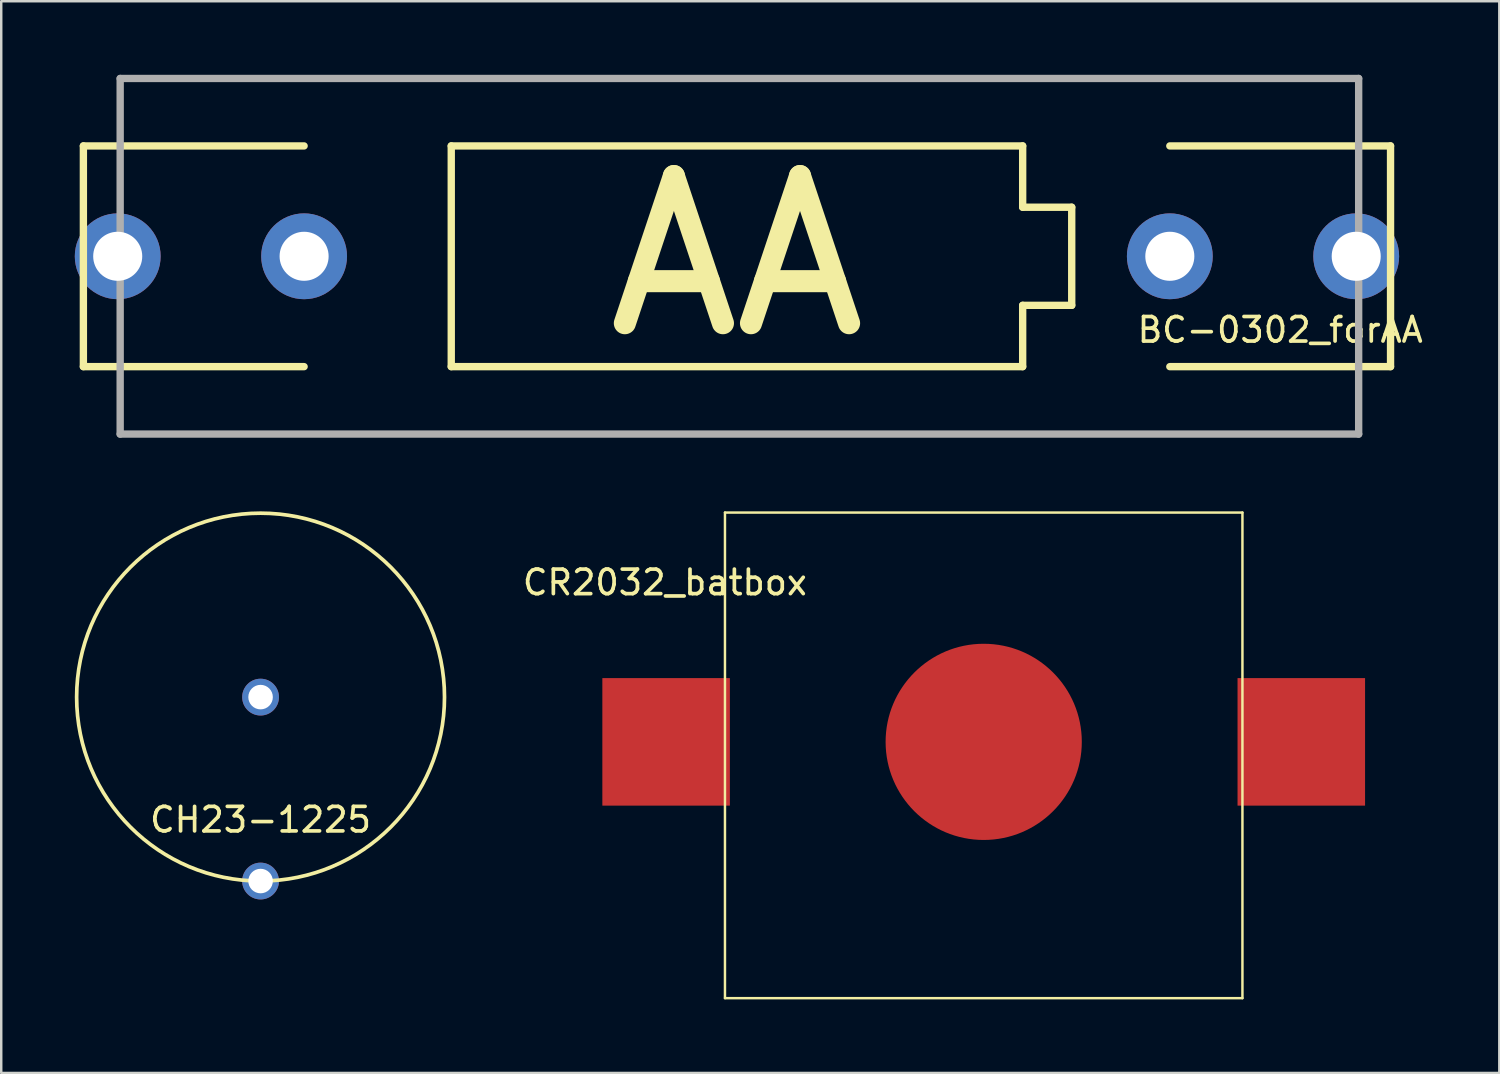
<source format=kicad_pcb>
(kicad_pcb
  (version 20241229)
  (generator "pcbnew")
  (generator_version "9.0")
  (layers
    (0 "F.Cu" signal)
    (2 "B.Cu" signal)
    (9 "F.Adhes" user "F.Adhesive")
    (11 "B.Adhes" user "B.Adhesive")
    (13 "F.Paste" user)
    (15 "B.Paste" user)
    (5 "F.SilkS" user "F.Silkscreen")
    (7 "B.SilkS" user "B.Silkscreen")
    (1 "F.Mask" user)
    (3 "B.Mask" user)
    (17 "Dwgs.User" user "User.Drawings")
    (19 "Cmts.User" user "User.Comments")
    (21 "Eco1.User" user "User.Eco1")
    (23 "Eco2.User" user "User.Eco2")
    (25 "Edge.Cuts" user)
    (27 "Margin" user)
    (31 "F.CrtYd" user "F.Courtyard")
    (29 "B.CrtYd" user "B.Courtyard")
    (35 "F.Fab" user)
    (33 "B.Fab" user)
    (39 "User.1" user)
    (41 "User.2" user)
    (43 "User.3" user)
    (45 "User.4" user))
  (footprint "CH23-1225"
    (layer "F.Cu")
    (at 7.575 25.375)
    (property "Reference" "CH23-1225" (at 0 5 0) (layer "F.SilkS") (effects (font (size 1 1) (thickness 0.15))))
    (attr through_hole)
    (fp_circle (center 0 0) (end 7.5 0) (stroke (width 0.15) (type solid)) (fill no) (layer "F.SilkS"))
    (pad "1" thru_hole circle (at 0 7.5) (size 1.5 1.5) (drill 1) (layers "*.Cu" "*.Mask"))
    (pad "2" thru_hole circle (at 0 0) (size 1.5 1.5) (drill 1) (layers "*.Cu" "*.Mask")))
  (footprint "BC-0302_forAA"
    (layer "F.Cu")
    (at 44.65 7.4)
    (property "Reference" "BC-0302_forAA" (at 4.5 3 0) (layer "F.SilkS") (effects (font (size 1 1) (thickness 0.15))))
    (attr through_hole)
    (fp_line (start -44.3 -4.5) (end -44.3 4.5) (stroke (width 0.3) (type solid)) (layer "F.SilkS"))
    (fp_line (start -44.3 -4.5) (end -35.3 -4.5) (stroke (width 0.3) (type solid)) (layer "F.SilkS"))
    (fp_line (start -44.3 4.5) (end -35.3 4.5) (stroke (width 0.3) (type solid)) (layer "F.SilkS"))
    (fp_line (start -29.3 -4.5) (end -29.3 4.5) (stroke (width 0.3) (type solid)) (layer "F.SilkS"))
    (fp_line (start -29.3 4.5) (end -6 4.5) (stroke (width 0.3) (type solid)) (layer "F.SilkS"))
    (fp_line (start -6 -4.5) (end -29.3 -4.5) (stroke (width 0.3) (type solid)) (layer "F.SilkS"))
    (fp_line (start -6 -2) (end -6 -4.5) (stroke (width 0.3) (type solid)) (layer "F.SilkS"))
    (fp_line (start -6 2) (end -6 4.5) (stroke (width 0.3) (type solid)) (layer "F.SilkS"))
    (fp_line (start -4 -2) (end -6 -2) (stroke (width 0.3) (type solid)) (layer "F.SilkS"))
    (fp_line (start -4 -2) (end -4 2) (stroke (width 0.3) (type solid)) (layer "F.SilkS"))
    (fp_line (start -4 2) (end -6 2) (stroke (width 0.3) (type solid)) (layer "F.SilkS"))
    (fp_line (start 0 -4.5) (end 9 -4.5) (stroke (width 0.3) (type solid)) (layer "F.SilkS"))
    (fp_line (start 0 4.5) (end 9 4.5) (stroke (width 0.3) (type solid)) (layer "F.SilkS"))
    (fp_line (start 9 4.5) (end 9 -4.5) (stroke (width 0.3) (type solid)) (layer "F.SilkS"))
    (fp_line (start -42.8 -7.25) (end -42.8 7.25) (stroke (width 0.3) (type solid)) (layer "F.Fab"))
    (fp_line (start -42.8 7.25) (end 7.7 7.25) (stroke (width 0.3) (type solid)) (layer "F.Fab"))
    (fp_line (start 7.7 -7.25) (end -42.8 -7.25) (stroke (width 0.3) (type solid)) (layer "F.Fab"))
    (fp_line (start 7.7 7.25) (end 7.7 -7.25) (stroke (width 0.3) (type solid)) (layer "F.Fab"))
    (fp_text user "AA" (at -17.65 0 0) (layer "F.SilkS") (effects (font (size 6 6) (thickness 0.9))))
    (pad "1" thru_hole circle (at 0 0) (size 3.5 3.5) (drill 2) (layers "*.Cu" "*.Mask"))
    (pad "1" thru_hole circle (at 7.6 0) (size 3.5 3.5) (drill 2) (layers "*.Cu" "*.Mask"))
    (pad "2" thru_hole circle (at -42.9 0) (size 3.5 3.5) (drill 2) (layers "*.Cu" "*.Mask"))
    (pad "2" thru_hole circle (at -35.3 0) (size 3.5 3.5) (drill 2) (layers "*.Cu" "*.Mask")))
  (footprint "CR2032_batbox"
    (layer "F.Cu")
    (at 37.061 27.2)
    (property "Reference" "CR2032_batbox" (at -13 -6.5 0) (layer "F.SilkS") (effects (font (size 1 1) (thickness 0.15))))
    (attr through_hole)
    (fp_line (start -10.55 -9.35) (end -10.55 10.45) (stroke (width 0.1) (type solid)) (layer "F.SilkS"))
    (fp_line (start -10.55 -9.35) (end 10.55 -9.35) (stroke (width 0.1) (type solid)) (layer "F.SilkS"))
    (fp_line (start -10.55 10.45) (end 10.55 10.45) (stroke (width 0.1) (type solid)) (layer "F.SilkS"))
    (fp_line (start 10.55 -9.35) (end 10.55 10.45) (stroke (width 0.1) (type solid)) (layer "F.SilkS"))
    (pad "1" smd rect (at -12.95 0) (size 5.2 5.2) (layers "F.Cu" "F.Mask" "F.Paste"))
    (pad "1" smd rect (at 12.95 0) (size 5.2 5.2) (layers "F.Cu" "F.Mask" "F.Paste"))
    (pad "2" smd circle (at 0 0) (size 8 8) (layers "F.Cu" "F.Mask" "F.Paste")))
  (gr_rect
    (start -3 -3)
    (end 58.085 40.7)
    (stroke (width 0.1) (type default))
    (fill no)
    (layer "Edge.Cuts")))
</source>
